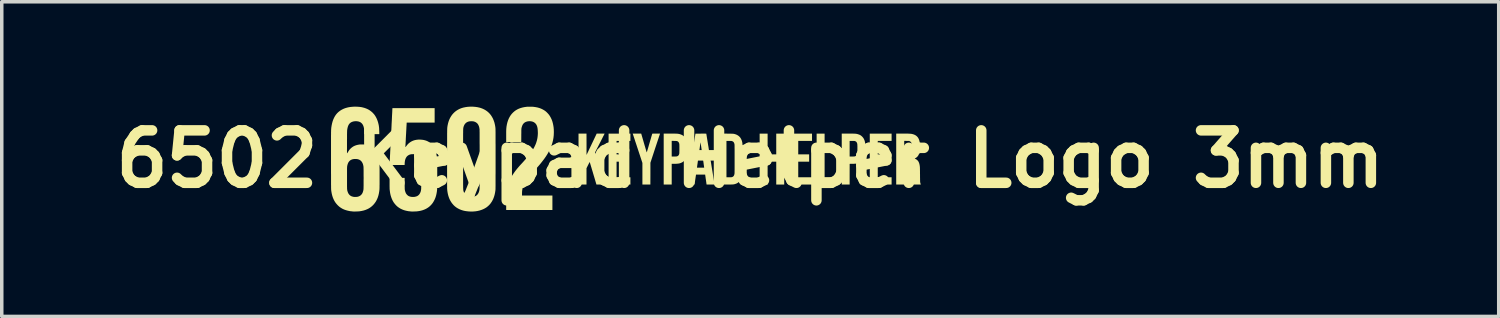
<source format=kicad_pcb>
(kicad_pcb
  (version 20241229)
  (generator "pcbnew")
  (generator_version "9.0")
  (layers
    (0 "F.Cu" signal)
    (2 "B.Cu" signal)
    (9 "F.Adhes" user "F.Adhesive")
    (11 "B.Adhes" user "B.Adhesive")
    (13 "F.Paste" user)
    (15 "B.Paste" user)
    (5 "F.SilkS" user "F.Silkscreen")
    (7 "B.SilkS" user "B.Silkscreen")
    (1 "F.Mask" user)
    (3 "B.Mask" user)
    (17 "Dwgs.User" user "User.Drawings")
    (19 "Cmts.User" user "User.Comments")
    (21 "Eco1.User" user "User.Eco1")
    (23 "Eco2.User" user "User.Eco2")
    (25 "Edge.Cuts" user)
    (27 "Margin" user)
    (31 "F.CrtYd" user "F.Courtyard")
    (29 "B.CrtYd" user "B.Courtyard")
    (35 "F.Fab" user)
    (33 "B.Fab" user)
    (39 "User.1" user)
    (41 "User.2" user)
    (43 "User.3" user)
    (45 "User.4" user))
  (footprint "6502 Keypad Helper Logo 3mm"
    (layer "F.Cu")
    (at 18.407 1.5)
    (property "Reference" "6502 Keypad Helper Logo 3mm" (at 0 0 0) (layer "F.SilkS") (effects (font (size 1.5 1.5) (thickness 0.3))))
    (attr board_only exclude_from_pos_files exclude_from_bom)
    (fp_poly (pts (xy 2.127 -0.104) (xy 2.127 0.52) (xy 2.316 0.52) (xy 2.505 0.52) (xy 2.505 0.624) (xy 2.505 0.728) (xy 2.202 0.728) (xy 1.899 0.728) (xy 1.899 0) (xy 1.899 -0.728) (xy 2.013 -0.728) (xy 2.127 -0.728)) (stroke (width 0) (type solid)) (fill yes) (layer "F.SilkS"))
    (fp_poly (pts (xy -3.427 -0.624) (xy -3.427 -0.52) (xy -3.625 -0.52) (xy -3.823 -0.52) (xy -3.823 -0.327) (xy -3.823 -0.135) (xy -3.665 -0.135) (xy -3.508 -0.135) (xy -3.508 -0.03) (xy -3.508 0.074) (xy -3.665 0.074) (xy -3.823 0.074) (xy -3.823 0.297) (xy -3.823 0.52) (xy -3.625 0.52) (xy -3.427 0.52) (xy -3.427 0.624) (xy -3.427 0.728) (xy -3.739 0.728) (xy -4.051 0.728) (xy -4.051 0) (xy -4.051 -0.728) (xy -3.739 -0.728) (xy -3.427 -0.728)) (stroke (width 0) (type solid)) (fill yes) (layer "F.SilkS"))
    (fp_poly (pts (xy 0.497 -0.431) (xy 0.497 -0.135) (xy 0.621 -0.135) (xy 0.744 -0.135) (xy 0.744 -0.431) (xy 0.744 -0.728) (xy 0.858 -0.728) (xy 0.972 -0.728) (xy 0.972 0) (xy 0.972 0.728) (xy 0.858 0.728) (xy 0.744 0.728) (xy 0.744 0.401) (xy 0.744 0.074) (xy 0.621 0.074) (xy 0.497 0.074) (xy 0.497 0.401) (xy 0.497 0.728) (xy 0.383 0.728) (xy 0.269 0.728) (xy 0.269 0) (xy 0.269 -0.728) (xy 0.383 -0.728) (xy 0.497 -0.728)) (stroke (width 0) (type solid)) (fill yes) (layer "F.SilkS"))
    (fp_poly (pts (xy 1.767 -0.624) (xy 1.767 -0.52) (xy 1.57 -0.52) (xy 1.373 -0.52) (xy 1.373 -0.327) (xy 1.373 -0.135) (xy 1.529 -0.135) (xy 1.685 -0.135) (xy 1.685 -0.03) (xy 1.685 0.074) (xy 1.529 0.074) (xy 1.373 0.074) (xy 1.373 0.297) (xy 1.373 0.52) (xy 1.57 0.52) (xy 1.767 0.52) (xy 1.767 0.624) (xy 1.767 0.728) (xy 1.456 0.728) (xy 1.145 0.728) (xy 1.145 0) (xy 1.145 -0.728) (xy 1.456 -0.728) (xy 1.767 -0.728)) (stroke (width 0) (type solid)) (fill yes) (layer "F.SilkS"))
    (fp_poly (pts (xy 4.043 -0.624) (xy 4.043 -0.52) (xy 3.845 -0.52) (xy 3.647 -0.52) (xy 3.647 -0.327) (xy 3.647 -0.135) (xy 3.805 -0.135) (xy 3.962 -0.135) (xy 3.962 -0.03) (xy 3.962 0.074) (xy 3.805 0.074) (xy 3.647 0.074) (xy 3.647 0.297) (xy 3.647 0.52) (xy 3.845 0.52) (xy 4.043 0.52) (xy 4.043 0.624) (xy 4.043 0.728) (xy 3.731 0.728) (xy 3.419 0.728) (xy 3.419 0) (xy 3.419 -0.728) (xy 3.731 -0.728) (xy 4.043 -0.728)) (stroke (width 0) (type solid)) (fill yes) (layer "F.SilkS"))
    (fp_poly (pts (xy -2.718 -0.312) (xy -2.855 0.105) (xy -2.855 0.417) (xy -2.856 0.728) (xy -2.97 0.728) (xy -3.084 0.728) (xy -3.084 0.419) (xy -3.084 0.11) (xy -3.222 -0.308) (xy -3.237 -0.353) (xy -3.251 -0.396) (xy -3.265 -0.438) (xy -3.278 -0.477) (xy -3.291 -0.515) (xy -3.302 -0.551) (xy -3.313 -0.584) (xy -3.323 -0.614) (xy -3.332 -0.641) (xy -3.34 -0.665) (xy -3.347 -0.686) (xy -3.352 -0.702) (xy -3.357 -0.715) (xy -3.359 -0.723) (xy -3.361 -0.727) (xy -3.361 -0.728) (xy -3.358 -0.728) (xy -3.351 -0.728) (xy -3.34 -0.728) (xy -3.325 -0.728) (xy -3.307 -0.728) (xy -3.287 -0.728) (xy -3.264 -0.728) (xy -3.24 -0.728) (xy -3.239 -0.728) (xy -3.118 -0.728) (xy -3.041 -0.463) (xy -3.031 -0.428) (xy -3.021 -0.393) (xy -3.011 -0.361) (xy -3.002 -0.33) (xy -2.994 -0.302) (xy -2.986 -0.276) (xy -2.98 -0.254) (xy -2.974 -0.234) (xy -2.969 -0.218) (xy -2.965 -0.206) (xy -2.963 -0.198) (xy -2.962 -0.195) (xy -2.962 -0.195) (xy -2.959 -0.193) (xy -2.959 -0.193) (xy -2.958 -0.196) (xy -2.956 -0.203) (xy -2.952 -0.214) (xy -2.948 -0.229) (xy -2.942 -0.248) (xy -2.936 -0.27) (xy -2.928 -0.295) (xy -2.92 -0.323) (xy -2.911 -0.353) (xy -2.902 -0.386) (xy -2.892 -0.42) (xy -2.882 -0.455) (xy -2.881 -0.457) (xy -2.871 -0.492) (xy -2.861 -0.526) (xy -2.851 -0.559) (xy -2.842 -0.589) (xy -2.834 -0.618) (xy -2.827 -0.643) (xy -2.82 -0.666) (xy -2.814 -0.685) (xy -2.81 -0.701) (xy -2.806 -0.713) (xy -2.804 -0.721) (xy -2.803 -0.724) (xy -2.803 -0.724) (xy -2.803 -0.725) (xy -2.801 -0.726) (xy -2.799 -0.727) (xy -2.794 -0.727) (xy -2.788 -0.728) (xy -2.779 -0.728) (xy -2.767 -0.728) (xy -2.752 -0.728) (xy -2.732 -0.728) (xy -2.709 -0.728) (xy -2.691 -0.728) (xy -2.58 -0.728)) (stroke (width 0) (type solid)) (fill yes) (layer "F.SilkS"))
    (fp_poly (pts (xy -4.682 -0.423) (xy -4.682 -0.118) (xy -4.537 -0.423) (xy -4.392 -0.728) (xy -4.279 -0.728) (xy -4.255 -0.728) (xy -4.234 -0.728) (xy -4.214 -0.728) (xy -4.197 -0.728) (xy -4.183 -0.728) (xy -4.173 -0.728) (xy -4.167 -0.728) (xy -4.165 -0.727) (xy -4.166 -0.725) (xy -4.17 -0.718) (xy -4.175 -0.708) (xy -4.182 -0.694) (xy -4.191 -0.676) (xy -4.202 -0.655) (xy -4.214 -0.632) (xy -4.227 -0.605) (xy -4.241 -0.577) (xy -4.257 -0.547) (xy -4.273 -0.514) (xy -4.29 -0.481) (xy -4.301 -0.46) (xy -4.437 -0.194) (xy -4.3 0.263) (xy -4.286 0.31) (xy -4.272 0.355) (xy -4.259 0.399) (xy -4.246 0.442) (xy -4.234 0.482) (xy -4.222 0.52) (xy -4.212 0.555) (xy -4.202 0.588) (xy -4.193 0.618) (xy -4.185 0.645) (xy -4.178 0.668) (xy -4.172 0.688) (xy -4.167 0.703) (xy -4.164 0.715) (xy -4.162 0.722) (xy -4.161 0.724) (xy -4.161 0.725) (xy -4.162 0.726) (xy -4.164 0.727) (xy -4.167 0.727) (xy -4.173 0.728) (xy -4.181 0.728) (xy -4.192 0.728) (xy -4.207 0.728) (xy -4.225 0.728) (xy -4.247 0.728) (xy -4.274 0.728) (xy -4.279 0.728) (xy -4.399 0.728) (xy -4.402 0.716) (xy -4.423 0.647) (xy -4.442 0.581) (xy -4.46 0.521) (xy -4.477 0.465) (xy -4.492 0.413) (xy -4.506 0.366) (xy -4.519 0.323) (xy -4.531 0.284) (xy -4.541 0.248) (xy -4.551 0.217) (xy -4.559 0.189) (xy -4.566 0.165) (xy -4.573 0.144) (xy -4.578 0.126) (xy -4.582 0.112) (xy -4.586 0.101) (xy -4.589 0.092) (xy -4.59 0.087) (xy -4.591 0.084) (xy -4.592 0.083) (xy -4.593 0.085) (xy -4.596 0.091) (xy -4.602 0.1) (xy -4.608 0.113) (xy -4.616 0.128) (xy -4.625 0.146) (xy -4.635 0.165) (xy -4.638 0.171) (xy -4.683 0.262) (xy -4.683 0.495) (xy -4.683 0.728) (xy -4.797 0.728) (xy -4.911 0.728) (xy -4.911 0) (xy -4.911 -0.728) (xy -4.797 -0.728) (xy -4.683 -0.728)) (stroke (width 0) (type solid)) (fill yes) (layer "F.SilkS"))
    (fp_poly (pts (xy 2.84 -0.728) (xy 2.875 -0.728) (xy 2.904 -0.728) (xy 2.93 -0.728) (xy 2.953 -0.728) (xy 2.972 -0.727) (xy 2.989 -0.727) (xy 3.004 -0.726) (xy 3.016 -0.725) (xy 3.028 -0.723) (xy 3.038 -0.722) (xy 3.048 -0.72) (xy 3.057 -0.718) (xy 3.067 -0.716) (xy 3.072 -0.714) (xy 3.11 -0.702) (xy 3.144 -0.687) (xy 3.174 -0.667) (xy 3.201 -0.643) (xy 3.225 -0.616) (xy 3.246 -0.585) (xy 3.262 -0.551) (xy 3.27 -0.53) (xy 3.277 -0.506) (xy 3.283 -0.478) (xy 3.288 -0.447) (xy 3.291 -0.415) (xy 3.292 -0.405) (xy 3.293 -0.38) (xy 3.294 -0.353) (xy 3.294 -0.325) (xy 3.295 -0.295) (xy 3.294 -0.266) (xy 3.294 -0.237) (xy 3.293 -0.209) (xy 3.292 -0.184) (xy 3.29 -0.162) (xy 3.288 -0.144) (xy 3.287 -0.132) (xy 3.278 -0.089) (xy 3.265 -0.051) (xy 3.249 -0.015) (xy 3.229 0.016) (xy 3.206 0.044) (xy 3.18 0.069) (xy 3.151 0.089) (xy 3.118 0.105) (xy 3.082 0.118) (xy 3.068 0.122) (xy 3.056 0.125) (xy 3.043 0.127) (xy 3.031 0.129) (xy 3.017 0.131) (xy 3.002 0.132) (xy 2.984 0.133) (xy 2.963 0.134) (xy 2.937 0.134) (xy 2.929 0.134) (xy 2.844 0.136) (xy 2.843 0.432) (xy 2.843 0.728) (xy 2.73 0.728) (xy 2.617 0.728) (xy 2.617 0) (xy 2.617 -0.297) (xy 2.843 -0.297) (xy 2.843 -0.074) (xy 2.909 -0.074) (xy 2.933 -0.074) (xy 2.953 -0.074) (xy 2.967 -0.075) (xy 2.979 -0.075) (xy 2.986 -0.077) (xy 2.989 -0.077) (xy 3.009 -0.084) (xy 3.026 -0.095) (xy 3.04 -0.108) (xy 3.05 -0.125) (xy 3.058 -0.146) (xy 3.06 -0.156) (xy 3.062 -0.162) (xy 3.062 -0.167) (xy 3.063 -0.174) (xy 3.064 -0.182) (xy 3.064 -0.192) (xy 3.064 -0.205) (xy 3.065 -0.221) (xy 3.065 -0.24) (xy 3.065 -0.263) (xy 3.065 -0.29) (xy 3.065 -0.297) (xy 3.065 -0.326) (xy 3.065 -0.35) (xy 3.065 -0.371) (xy 3.064 -0.387) (xy 3.064 -0.401) (xy 3.063 -0.411) (xy 3.063 -0.42) (xy 3.062 -0.427) (xy 3.061 -0.433) (xy 3.061 -0.437) (xy 3.054 -0.459) (xy 3.045 -0.478) (xy 3.034 -0.493) (xy 3.019 -0.504) (xy 3.015 -0.506) (xy 3.008 -0.51) (xy 3 -0.513) (xy 2.992 -0.516) (xy 2.984 -0.518) (xy 2.973 -0.519) (xy 2.96 -0.52) (xy 2.944 -0.52) (xy 2.924 -0.52) (xy 2.909 -0.52) (xy 2.843 -0.52) (xy 2.843 -0.297) (xy 2.617 -0.297) (xy 2.617 -0.728) (xy 2.802 -0.728)) (stroke (width 0) (type solid)) (fill yes) (layer "F.SilkS"))
    (fp_poly (pts (xy -2.25 -0.728) (xy -2.216 -0.728) (xy -2.187 -0.728) (xy -2.161 -0.728) (xy -2.139 -0.728) (xy -2.12 -0.727) (xy -2.103 -0.727) (xy -2.089 -0.726) (xy -2.077 -0.725) (xy -2.066 -0.724) (xy -2.056 -0.722) (xy -2.046 -0.721) (xy -2.037 -0.719) (xy -2.027 -0.717) (xy -2.02 -0.715) (xy -1.983 -0.703) (xy -1.949 -0.688) (xy -1.918 -0.669) (xy -1.891 -0.646) (xy -1.867 -0.619) (xy -1.847 -0.589) (xy -1.83 -0.555) (xy -1.816 -0.517) (xy -1.806 -0.475) (xy -1.803 -0.458) (xy -1.802 -0.451) (xy -1.801 -0.444) (xy -1.8 -0.436) (xy -1.8 -0.427) (xy -1.799 -0.417) (xy -1.799 -0.403) (xy -1.799 -0.388) (xy -1.798 -0.369) (xy -1.798 -0.346) (xy -1.798 -0.319) (xy -1.798 -0.297) (xy -1.798 -0.267) (xy -1.798 -0.241) (xy -1.799 -0.219) (xy -1.799 -0.201) (xy -1.799 -0.186) (xy -1.799 -0.174) (xy -1.8 -0.164) (xy -1.8 -0.155) (xy -1.801 -0.148) (xy -1.802 -0.141) (xy -1.803 -0.136) (xy -1.812 -0.092) (xy -1.825 -0.053) (xy -1.84 -0.017) (xy -1.86 0.015) (xy -1.882 0.043) (xy -1.908 0.067) (xy -1.937 0.087) (xy -1.957 0.098) (xy -1.977 0.107) (xy -1.997 0.115) (xy -2.017 0.121) (xy -2.038 0.126) (xy -2.062 0.129) (xy -2.088 0.132) (xy -2.117 0.134) (xy -2.15 0.134) (xy -2.175 0.135) (xy -2.246 0.135) (xy -2.246 0.431) (xy -2.246 0.728) (xy -2.361 0.728) (xy -2.475 0.728) (xy -2.475 0) (xy -2.475 -0.297) (xy -2.246 -0.297) (xy -2.246 -0.074) (xy -2.18 -0.074) (xy -2.156 -0.074) (xy -2.137 -0.074) (xy -2.122 -0.075) (xy -2.11 -0.075) (xy -2.103 -0.077) (xy -2.1 -0.077) (xy -2.08 -0.084) (xy -2.064 -0.094) (xy -2.051 -0.107) (xy -2.04 -0.124) (xy -2.032 -0.146) (xy -2.031 -0.148) (xy -2.03 -0.153) (xy -2.03 -0.157) (xy -2.029 -0.163) (xy -2.028 -0.171) (xy -2.028 -0.18) (xy -2.027 -0.193) (xy -2.027 -0.208) (xy -2.027 -0.227) (xy -2.026 -0.25) (xy -2.026 -0.277) (xy -2.026 -0.286) (xy -2.026 -0.317) (xy -2.026 -0.343) (xy -2.026 -0.366) (xy -2.026 -0.384) (xy -2.027 -0.4) (xy -2.027 -0.413) (xy -2.028 -0.424) (xy -2.029 -0.433) (xy -2.031 -0.441) (xy -2.033 -0.449) (xy -2.035 -0.456) (xy -2.036 -0.458) (xy -2.045 -0.478) (xy -2.058 -0.494) (xy -2.074 -0.506) (xy -2.093 -0.515) (xy -2.097 -0.516) (xy -2.104 -0.517) (xy -2.111 -0.518) (xy -2.122 -0.518) (xy -2.135 -0.519) (xy -2.153 -0.519) (xy -2.174 -0.52) (xy -2.176 -0.52) (xy -2.246 -0.521) (xy -2.246 -0.297) (xy -2.475 -0.297) (xy -2.475 -0.728) (xy -2.288 -0.728)) (stroke (width 0) (type solid)) (fill yes) (layer "F.SilkS"))
    (fp_poly (pts (xy -0.702 -0.728) (xy -0.664 -0.728) (xy -0.631 -0.727) (xy -0.601 -0.727) (xy -0.576 -0.727) (xy -0.554 -0.727) (xy -0.535 -0.726) (xy -0.519 -0.726) (xy -0.506 -0.725) (xy -0.494 -0.725) (xy -0.484 -0.724) (xy -0.475 -0.722) (xy -0.467 -0.721) (xy -0.459 -0.72) (xy -0.452 -0.718) (xy -0.444 -0.716) (xy -0.435 -0.713) (xy -0.43 -0.712) (xy -0.394 -0.699) (xy -0.362 -0.682) (xy -0.332 -0.662) (xy -0.305 -0.637) (xy -0.282 -0.61) (xy -0.263 -0.578) (xy -0.247 -0.544) (xy -0.235 -0.506) (xy -0.235 -0.506) (xy -0.233 -0.498) (xy -0.231 -0.49) (xy -0.229 -0.482) (xy -0.228 -0.474) (xy -0.226 -0.466) (xy -0.225 -0.457) (xy -0.224 -0.447) (xy -0.223 -0.437) (xy -0.222 -0.424) (xy -0.221 -0.41) (xy -0.221 -0.395) (xy -0.22 -0.377) (xy -0.22 -0.357) (xy -0.219 -0.334) (xy -0.219 -0.308) (xy -0.219 -0.279) (xy -0.219 -0.246) (xy -0.218 -0.21) (xy -0.218 -0.17) (xy -0.218 -0.126) (xy -0.218 -0.077) (xy -0.218 -0.024) (xy -0.218 0) (xy -0.218 0.055) (xy -0.218 0.106) (xy -0.218 0.152) (xy -0.218 0.194) (xy -0.219 0.232) (xy -0.219 0.266) (xy -0.219 0.296) (xy -0.219 0.323) (xy -0.219 0.347) (xy -0.22 0.369) (xy -0.22 0.388) (xy -0.221 0.404) (xy -0.222 0.419) (xy -0.222 0.432) (xy -0.223 0.443) (xy -0.224 0.453) (xy -0.226 0.462) (xy -0.227 0.471) (xy -0.229 0.479) (xy -0.23 0.486) (xy -0.232 0.494) (xy -0.234 0.502) (xy -0.235 0.506) (xy -0.247 0.544) (xy -0.263 0.578) (xy -0.282 0.609) (xy -0.305 0.637) (xy -0.332 0.662) (xy -0.362 0.682) (xy -0.394 0.699) (xy -0.43 0.712) (xy -0.43 0.712) (xy -0.439 0.714) (xy -0.448 0.717) (xy -0.456 0.719) (xy -0.463 0.72) (xy -0.471 0.722) (xy -0.479 0.723) (xy -0.489 0.724) (xy -0.5 0.725) (xy -0.512 0.726) (xy -0.527 0.726) (xy -0.544 0.727) (xy -0.565 0.727) (xy -0.588 0.727) (xy -0.616 0.727) (xy -0.647 0.727) (xy -0.683 0.728) (xy -0.702 0.728) (xy -0.909 0.729) (xy -0.909 0) (xy -0.68 0) (xy -0.68 0.52) (xy -0.611 0.52) (xy -0.59 0.52) (xy -0.573 0.52) (xy -0.559 0.52) (xy -0.549 0.519) (xy -0.541 0.519) (xy -0.534 0.518) (xy -0.528 0.516) (xy -0.525 0.516) (xy -0.504 0.508) (xy -0.487 0.497) (xy -0.473 0.482) (xy -0.463 0.464) (xy -0.455 0.442) (xy -0.45 0.416) (xy -0.449 0.413) (xy -0.449 0.407) (xy -0.449 0.397) (xy -0.448 0.381) (xy -0.448 0.36) (xy -0.448 0.335) (xy -0.447 0.305) (xy -0.447 0.27) (xy -0.447 0.231) (xy -0.447 0.187) (xy -0.447 0.139) (xy -0.447 0.087) (xy -0.447 0.03) (xy -0.447 0) (xy -0.447 -0.059) (xy -0.447 -0.114) (xy -0.447 -0.164) (xy -0.447 -0.21) (xy -0.447 -0.251) (xy -0.447 -0.288) (xy -0.448 -0.321) (xy -0.448 -0.348) (xy -0.448 -0.371) (xy -0.448 -0.389) (xy -0.449 -0.403) (xy -0.449 -0.411) (xy -0.449 -0.413) (xy -0.454 -0.44) (xy -0.462 -0.462) (xy -0.472 -0.481) (xy -0.486 -0.496) (xy -0.503 -0.507) (xy -0.523 -0.515) (xy -0.525 -0.516) (xy -0.531 -0.517) (xy -0.537 -0.518) (xy -0.544 -0.519) (xy -0.553 -0.52) (xy -0.565 -0.52) (xy -0.58 -0.52) (xy -0.599 -0.52) (xy -0.611 -0.52) (xy -0.68 -0.52) (xy -0.68 0) (xy -0.909 0) (xy -0.909 -0.729)) (stroke (width 0) (type solid)) (fill yes) (layer "F.SilkS"))
    (fp_poly (pts (xy -1.321 -0.728) (xy -1.3 -0.728) (xy -1.283 -0.728) (xy -1.27 -0.727) (xy -1.262 -0.727) (xy -1.257 -0.726) (xy -1.256 -0.726) (xy -1.256 -0.723) (xy -1.255 -0.716) (xy -1.253 -0.704) (xy -1.25 -0.688) (xy -1.247 -0.667) (xy -1.243 -0.643) (xy -1.239 -0.616) (xy -1.234 -0.585) (xy -1.228 -0.55) (xy -1.222 -0.514) (xy -1.216 -0.474) (xy -1.209 -0.432) (xy -1.202 -0.388) (xy -1.194 -0.343) (xy -1.187 -0.295) (xy -1.179 -0.246) (xy -1.171 -0.196) (xy -1.162 -0.145) (xy -1.154 -0.094) (xy -1.146 -0.042) (xy -1.137 0.01) (xy -1.129 0.062) (xy -1.12 0.114) (xy -1.112 0.165) (xy -1.104 0.216) (xy -1.096 0.265) (xy -1.088 0.314) (xy -1.08 0.36) (xy -1.073 0.405) (xy -1.066 0.448) (xy -1.059 0.489) (xy -1.053 0.527) (xy -1.047 0.562) (xy -1.042 0.595) (xy -1.037 0.624) (xy -1.033 0.65) (xy -1.029 0.672) (xy -1.026 0.691) (xy -1.024 0.705) (xy -1.022 0.715) (xy -1.021 0.72) (xy -1.021 0.72) (xy -1.02 0.728) (xy -1.134 0.728) (xy -1.158 0.728) (xy -1.18 0.728) (xy -1.2 0.728) (xy -1.217 0.728) (xy -1.231 0.728) (xy -1.241 0.728) (xy -1.247 0.728) (xy -1.249 0.728) (xy -1.249 0.725) (xy -1.25 0.718) (xy -1.252 0.707) (xy -1.254 0.692) (xy -1.256 0.675) (xy -1.259 0.656) (xy -1.262 0.635) (xy -1.265 0.612) (xy -1.268 0.59) (xy -1.272 0.567) (xy -1.275 0.545) (xy -1.278 0.524) (xy -1.281 0.504) (xy -1.283 0.487) (xy -1.285 0.473) (xy -1.287 0.462) (xy -1.288 0.455) (xy -1.288 0.452) (xy -1.29 0.444) (xy -1.42 0.444) (xy -1.55 0.444) (xy -1.552 0.45) (xy -1.552 0.453) (xy -1.553 0.462) (xy -1.555 0.474) (xy -1.558 0.489) (xy -1.56 0.508) (xy -1.564 0.53) (xy -1.567 0.553) (xy -1.571 0.578) (xy -1.573 0.592) (xy -1.592 0.728) (xy -1.699 0.728) (xy -1.805 0.728) (xy -1.803 0.721) (xy -1.803 0.718) (xy -1.801 0.711) (xy -1.799 0.698) (xy -1.797 0.681) (xy -1.793 0.66) (xy -1.789 0.635) (xy -1.784 0.606) (xy -1.779 0.574) (xy -1.773 0.538) (xy -1.767 0.498) (xy -1.76 0.456) (xy -1.753 0.411) (xy -1.745 0.364) (xy -1.737 0.314) (xy -1.728 0.262) (xy -1.725 0.242) (xy -1.523 0.242) (xy -1.523 0.243) (xy -1.522 0.244) (xy -1.519 0.245) (xy -1.515 0.245) (xy -1.509 0.245) (xy -1.5 0.246) (xy -1.488 0.246) (xy -1.472 0.246) (xy -1.452 0.246) (xy -1.428 0.246) (xy -1.42 0.246) (xy -1.398 0.246) (xy -1.377 0.246) (xy -1.359 0.246) (xy -1.343 0.246) (xy -1.331 0.246) (xy -1.322 0.245) (xy -1.318 0.245) (xy -1.317 0.245) (xy -1.318 0.242) (xy -1.319 0.234) (xy -1.32 0.222) (xy -1.323 0.206) (xy -1.325 0.187) (xy -1.329 0.164) (xy -1.332 0.138) (xy -1.336 0.11) (xy -1.34 0.079) (xy -1.345 0.046) (xy -1.35 0.012) (xy -1.355 -0.023) (xy -1.36 -0.059) (xy -1.365 -0.096) (xy -1.371 -0.132) (xy -1.376 -0.169) (xy -1.381 -0.205) (xy -1.386 -0.241) (xy -1.391 -0.275) (xy -1.396 -0.307) (xy -1.4 -0.338) (xy -1.404 -0.366) (xy -1.408 -0.392) (xy -1.411 -0.415) (xy -1.414 -0.435) (xy -1.417 -0.451) (xy -1.418 -0.463) (xy -1.42 -0.471) (xy -1.42 -0.474) (xy -1.42 -0.474) (xy -1.423 -0.474) (xy -1.423 -0.474) (xy -1.423 -0.471) (xy -1.424 -0.464) (xy -1.426 -0.453) (xy -1.428 -0.437) (xy -1.431 -0.418) (xy -1.434 -0.395) (xy -1.438 -0.37) (xy -1.442 -0.341) (xy -1.446 -0.311) (xy -1.451 -0.279) (xy -1.456 -0.245) (xy -1.461 -0.21) (xy -1.466 -0.174) (xy -1.471 -0.137) (xy -1.476 -0.1) (xy -1.481 -0.064) (xy -1.486 -0.028) (xy -1.491 0.008) (xy -1.496 0.042) (xy -1.5 0.074) (xy -1.504 0.105) (xy -1.508 0.134) (xy -1.512 0.159) (xy -1.515 0.182) (xy -1.518 0.202) (xy -1.52 0.218) (xy -1.522 0.231) (xy -1.523 0.238) (xy -1.523 0.242) (xy -1.725 0.242) (xy -1.719 0.208) (xy -1.71 0.152) (xy -1.701 0.094) (xy -1.691 0.035) (xy -1.685 -0.006) (xy -1.567 -0.727) (xy -1.412 -0.728) (xy -1.377 -0.728) (xy -1.346 -0.728)) (stroke (width 0) (type solid)) (fill yes) (layer "F.SilkS"))
    (fp_poly (pts (xy 4.364 -0.728) (xy 4.404 -0.728) (xy 4.439 -0.728) (xy 4.47 -0.728) (xy 4.497 -0.728) (xy 4.52 -0.728) (xy 4.541 -0.727) (xy 4.558 -0.726) (xy 4.574 -0.725) (xy 4.587 -0.724) (xy 4.599 -0.723) (xy 4.61 -0.721) (xy 4.621 -0.72) (xy 4.631 -0.717) (xy 4.641 -0.715) (xy 4.65 -0.713) (xy 4.684 -0.702) (xy 4.714 -0.688) (xy 4.741 -0.672) (xy 4.765 -0.652) (xy 4.776 -0.641) (xy 4.797 -0.616) (xy 4.814 -0.587) (xy 4.828 -0.555) (xy 4.839 -0.519) (xy 4.847 -0.48) (xy 4.848 -0.467) (xy 4.85 -0.451) (xy 4.851 -0.431) (xy 4.852 -0.409) (xy 4.852 -0.385) (xy 4.853 -0.36) (xy 4.853 -0.335) (xy 4.853 -0.312) (xy 4.852 -0.29) (xy 4.851 -0.271) (xy 4.851 -0.262) (xy 4.846 -0.219) (xy 4.838 -0.179) (xy 4.826 -0.144) (xy 4.811 -0.112) (xy 4.793 -0.085) (xy 4.772 -0.061) (xy 4.747 -0.041) (xy 4.722 -0.026) (xy 4.713 -0.021) (xy 4.707 -0.017) (xy 4.704 -0.015) (xy 4.703 -0.014) (xy 4.705 -0.012) (xy 4.709 -0.011) (xy 4.714 -0.009) (xy 4.722 -0.006) (xy 4.731 -0.001) (xy 4.738 0.002) (xy 4.759 0.015) (xy 4.779 0.032) (xy 4.797 0.051) (xy 4.811 0.072) (xy 4.814 0.077) (xy 4.825 0.101) (xy 4.834 0.126) (xy 4.841 0.154) (xy 4.847 0.185) (xy 4.849 0.203) (xy 4.85 0.21) (xy 4.851 0.217) (xy 4.852 0.226) (xy 4.852 0.237) (xy 4.853 0.25) (xy 4.853 0.265) (xy 4.854 0.283) (xy 4.854 0.304) (xy 4.854 0.329) (xy 4.855 0.357) (xy 4.855 0.39) (xy 4.855 0.427) (xy 4.856 0.443) (xy 4.856 0.48) (xy 4.856 0.513) (xy 4.857 0.542) (xy 4.857 0.566) (xy 4.857 0.587) (xy 4.858 0.605) (xy 4.858 0.62) (xy 4.858 0.632) (xy 4.859 0.642) (xy 4.859 0.65) (xy 4.86 0.656) (xy 4.86 0.662) (xy 4.861 0.667) (xy 4.862 0.671) (xy 4.863 0.674) (xy 4.866 0.686) (xy 4.869 0.698) (xy 4.872 0.709) (xy 4.873 0.711) (xy 4.876 0.719) (xy 4.878 0.724) (xy 4.878 0.727) (xy 4.876 0.727) (xy 4.869 0.727) (xy 4.858 0.728) (xy 4.843 0.728) (xy 4.826 0.728) (xy 4.805 0.728) (xy 4.783 0.728) (xy 4.763 0.728) (xy 4.648 0.728) (xy 4.643 0.713) (xy 4.64 0.705) (xy 4.638 0.698) (xy 4.637 0.692) (xy 4.635 0.685) (xy 4.634 0.678) (xy 4.632 0.67) (xy 4.631 0.661) (xy 4.631 0.651) (xy 4.63 0.638) (xy 4.629 0.623) (xy 4.629 0.605) (xy 4.629 0.585) (xy 4.628 0.561) (xy 4.628 0.533) (xy 4.628 0.501) (xy 4.627 0.464) (xy 4.627 0.443) (xy 4.627 0.405) (xy 4.626 0.369) (xy 4.626 0.336) (xy 4.625 0.307) (xy 4.625 0.281) (xy 4.624 0.26) (xy 4.624 0.242) (xy 4.623 0.228) (xy 4.623 0.22) (xy 4.622 0.216) (xy 4.616 0.189) (xy 4.607 0.167) (xy 4.597 0.148) (xy 4.584 0.134) (xy 4.569 0.123) (xy 4.565 0.121) (xy 4.556 0.116) (xy 4.548 0.113) (xy 4.539 0.11) (xy 4.529 0.108) (xy 4.518 0.107) (xy 4.504 0.106) (xy 4.486 0.105) (xy 4.464 0.105) (xy 4.464 0.105) (xy 4.404 0.104) (xy 4.404 0.416) (xy 4.404 0.728) (xy 4.29 0.728) (xy 4.175 0.728) (xy 4.175 0) (xy 4.175 -0.312) (xy 4.404 -0.312) (xy 4.404 -0.104) (xy 4.464 -0.105) (xy 4.487 -0.105) (xy 4.505 -0.106) (xy 4.519 -0.107) (xy 4.529 -0.108) (xy 4.537 -0.11) (xy 4.537 -0.11) (xy 4.56 -0.119) (xy 4.579 -0.131) (xy 4.595 -0.146) (xy 4.607 -0.165) (xy 4.616 -0.188) (xy 4.619 -0.197) (xy 4.62 -0.202) (xy 4.621 -0.208) (xy 4.622 -0.215) (xy 4.622 -0.224) (xy 4.623 -0.235) (xy 4.623 -0.249) (xy 4.623 -0.266) (xy 4.623 -0.287) (xy 4.623 -0.312) (xy 4.623 -0.341) (xy 4.623 -0.366) (xy 4.623 -0.386) (xy 4.622 -0.402) (xy 4.622 -0.415) (xy 4.621 -0.423) (xy 4.62 -0.427) (xy 4.614 -0.452) (xy 4.605 -0.472) (xy 4.593 -0.489) (xy 4.577 -0.502) (xy 4.562 -0.511) (xy 4.545 -0.519) (xy 4.474 -0.52) (xy 4.404 -0.521) (xy 4.404 -0.312) (xy 4.175 -0.312) (xy 4.175 -0.728)) (stroke (width 0) (type solid)) (fill yes) (layer "F.SilkS"))
    (fp_poly (pts (xy -6.273 -1.498) (xy -6.251 -1.498) (xy -6.23 -1.497) (xy -6.213 -1.496) (xy -6.201 -1.495) (xy -6.141 -1.487) (xy -6.085 -1.476) (xy -6.032 -1.461) (xy -5.983 -1.443) (xy -5.937 -1.421) (xy -5.893 -1.396) (xy -5.853 -1.368) (xy -5.847 -1.362) (xy -5.837 -1.354) (xy -5.826 -1.344) (xy -5.814 -1.332) (xy -5.802 -1.32) (xy -5.799 -1.317) (xy -5.764 -1.278) (xy -5.733 -1.235) (xy -5.706 -1.188) (xy -5.682 -1.138) (xy -5.662 -1.085) (xy -5.646 -1.028) (xy -5.633 -0.967) (xy -5.623 -0.903) (xy -5.62 -0.863) (xy -5.618 -0.841) (xy -5.618 -0.816) (xy -5.617 -0.789) (xy -5.617 -0.761) (xy -5.618 -0.733) (xy -5.619 -0.706) (xy -5.62 -0.683) (xy -5.621 -0.669) (xy -5.628 -0.607) (xy -5.639 -0.546) (xy -5.653 -0.486) (xy -5.67 -0.427) (xy -5.69 -0.368) (xy -5.714 -0.31) (xy -5.741 -0.251) (xy -5.773 -0.192) (xy -5.808 -0.132) (xy -5.847 -0.071) (xy -5.891 -0.008) (xy -5.939 0.055) (xy -5.991 0.121) (xy -6.011 0.145) (xy -6.03 0.168) (xy -6.05 0.191) (xy -6.069 0.213) (xy -6.089 0.236) (xy -6.111 0.26) (xy -6.135 0.286) (xy -6.161 0.315) (xy -6.175 0.33) (xy -6.218 0.377) (xy -6.257 0.42) (xy -6.292 0.461) (xy -6.325 0.499) (xy -6.353 0.535) (xy -6.379 0.569) (xy -6.403 0.601) (xy -6.423 0.632) (xy -6.442 0.662) (xy -6.458 0.692) (xy -6.472 0.72) (xy -6.484 0.748) (xy -6.494 0.777) (xy -6.503 0.805) (xy -6.509 0.826) (xy -6.515 0.854) (xy -6.52 0.881) (xy -6.524 0.909) (xy -6.526 0.939) (xy -6.527 0.973) (xy -6.527 0.982) (xy -6.527 1.042) (xy -6.092 1.043) (xy -5.658 1.043) (xy -5.658 1.25) (xy -5.658 1.457) (xy -6.319 1.457) (xy -6.98 1.457) (xy -6.98 1.263) (xy -6.98 1.231) (xy -6.98 1.199) (xy -6.98 1.169) (xy -6.98 1.14) (xy -6.979 1.114) (xy -6.979 1.09) (xy -6.979 1.069) (xy -6.978 1.051) (xy -6.978 1.038) (xy -6.978 1.03) (xy -6.971 0.956) (xy -6.962 0.887) (xy -6.949 0.82) (xy -6.934 0.756) (xy -6.915 0.694) (xy -6.892 0.634) (xy -6.865 0.575) (xy -6.835 0.516) (xy -6.8 0.457) (xy -6.76 0.398) (xy -6.728 0.353) (xy -6.708 0.326) (xy -6.687 0.3) (xy -6.666 0.274) (xy -6.644 0.248) (xy -6.62 0.22) (xy -6.595 0.191) (xy -6.566 0.159) (xy -6.534 0.125) (xy -6.527 0.117) (xy -6.477 0.062) (xy -6.43 0.009) (xy -6.387 -0.041) (xy -6.348 -0.088) (xy -6.312 -0.134) (xy -6.28 -0.177) (xy -6.25 -0.219) (xy -6.223 -0.26) (xy -6.199 -0.3) (xy -6.178 -0.338) (xy -6.159 -0.377) (xy -6.142 -0.414) (xy -6.127 -0.452) (xy -6.116 -0.484) (xy -6.101 -0.534) (xy -6.09 -0.583) (xy -6.082 -0.632) (xy -6.077 -0.682) (xy -6.074 -0.733) (xy -6.075 -0.777) (xy -6.077 -0.82) (xy -6.08 -0.859) (xy -6.085 -0.893) (xy -6.092 -0.924) (xy -6.101 -0.951) (xy -6.112 -0.975) (xy -6.125 -0.997) (xy -6.14 -1.016) (xy -6.143 -1.019) (xy -6.165 -1.039) (xy -6.189 -1.055) (xy -6.216 -1.068) (xy -6.247 -1.077) (xy -6.28 -1.082) (xy -6.295 -1.083) (xy -6.331 -1.083) (xy -6.366 -1.079) (xy -6.397 -1.071) (xy -6.426 -1.06) (xy -6.452 -1.045) (xy -6.464 -1.036) (xy -6.484 -1.017) (xy -6.501 -0.995) (xy -6.515 -0.97) (xy -6.527 -0.94) (xy -6.537 -0.907) (xy -6.542 -0.888) (xy -6.543 -0.883) (xy -6.543 -0.877) (xy -6.544 -0.872) (xy -6.545 -0.866) (xy -6.545 -0.858) (xy -6.546 -0.849) (xy -6.546 -0.838) (xy -6.547 -0.825) (xy -6.547 -0.809) (xy -6.547 -0.789) (xy -6.547 -0.767) (xy -6.547 -0.74) (xy -6.548 -0.709) (xy -6.548 -0.673) (xy -6.548 -0.673) (xy -6.549 -0.485) (xy -6.765 -0.485) (xy -6.98 -0.485) (xy -6.98 -0.657) (xy -6.98 -0.695) (xy -6.98 -0.729) (xy -6.98 -0.758) (xy -6.98 -0.784) (xy -6.979 -0.807) (xy -6.979 -0.827) (xy -6.978 -0.845) (xy -6.977 -0.861) (xy -6.976 -0.876) (xy -6.975 -0.89) (xy -6.973 -0.904) (xy -6.972 -0.918) (xy -6.97 -0.933) (xy -6.959 -0.994) (xy -6.945 -1.052) (xy -6.927 -1.107) (xy -6.906 -1.159) (xy -6.881 -1.207) (xy -6.852 -1.253) (xy -6.82 -1.294) (xy -6.784 -1.332) (xy -6.745 -1.366) (xy -6.706 -1.395) (xy -6.663 -1.42) (xy -6.617 -1.442) (xy -6.568 -1.46) (xy -6.515 -1.475) (xy -6.458 -1.487) (xy -6.398 -1.495) (xy -6.396 -1.495) (xy -6.383 -1.497) (xy -6.365 -1.497) (xy -6.344 -1.498) (xy -6.321 -1.498) (xy -6.297 -1.498)) (stroke (width 0) (type solid)) (fill yes) (layer "F.SilkS"))
    (fp_poly (pts (xy -9.026 -1.25) (xy -9.026 -1.043) (xy -9.425 -1.043) (xy -9.825 -1.043) (xy -9.827 -1.022) (xy -9.827 -1.017) (xy -9.828 -1.007) (xy -9.828 -0.993) (xy -9.829 -0.974) (xy -9.831 -0.952) (xy -9.832 -0.927) (xy -9.834 -0.898) (xy -9.835 -0.867) (xy -9.837 -0.833) (xy -9.839 -0.798) (xy -9.841 -0.76) (xy -9.843 -0.721) (xy -9.845 -0.693) (xy -9.847 -0.653) (xy -9.849 -0.615) (xy -9.851 -0.578) (xy -9.852 -0.543) (xy -9.854 -0.51) (xy -9.856 -0.48) (xy -9.857 -0.452) (xy -9.859 -0.428) (xy -9.86 -0.407) (xy -9.861 -0.39) (xy -9.862 -0.377) (xy -9.862 -0.368) (xy -9.862 -0.365) (xy -9.863 -0.355) (xy -9.863 -0.349) (xy -9.862 -0.346) (xy -9.86 -0.345) (xy -9.859 -0.345) (xy -9.855 -0.348) (xy -9.85 -0.354) (xy -9.842 -0.364) (xy -9.841 -0.366) (xy -9.812 -0.404) (xy -9.781 -0.438) (xy -9.747 -0.467) (xy -9.71 -0.493) (xy -9.67 -0.515) (xy -9.628 -0.532) (xy -9.583 -0.545) (xy -9.535 -0.553) (xy -9.486 -0.558) (xy -9.436 -0.557) (xy -9.384 -0.553) (xy -9.336 -0.546) (xy -9.291 -0.534) (xy -9.248 -0.519) (xy -9.209 -0.5) (xy -9.179 -0.481) (xy -9.144 -0.455) (xy -9.112 -0.425) (xy -9.083 -0.39) (xy -9.056 -0.352) (xy -9.033 -0.309) (xy -9.012 -0.263) (xy -8.994 -0.213) (xy -8.98 -0.159) (xy -8.968 -0.102) (xy -8.965 -0.082) (xy -8.963 -0.071) (xy -8.962 -0.06) (xy -8.961 -0.05) (xy -8.959 -0.04) (xy -8.958 -0.03) (xy -8.957 -0.02) (xy -8.956 -0.008) (xy -8.956 0.004) (xy -8.955 0.018) (xy -8.955 0.033) (xy -8.954 0.051) (xy -8.954 0.07) (xy -8.953 0.092) (xy -8.953 0.116) (xy -8.953 0.143) (xy -8.953 0.174) (xy -8.953 0.208) (xy -8.952 0.246) (xy -8.952 0.287) (xy -8.952 0.333) (xy -8.952 0.384) (xy -8.952 0.434) (xy -8.952 0.492) (xy -8.952 0.547) (xy -8.952 0.597) (xy -8.953 0.643) (xy -8.953 0.686) (xy -8.953 0.724) (xy -8.953 0.758) (xy -8.953 0.788) (xy -8.954 0.813) (xy -8.954 0.833) (xy -8.954 0.848) (xy -8.955 0.859) (xy -8.955 0.863) (xy -8.962 0.929) (xy -8.973 0.992) (xy -8.987 1.051) (xy -9.005 1.107) (xy -9.027 1.159) (xy -9.052 1.207) (xy -9.08 1.253) (xy -9.112 1.294) (xy -9.148 1.332) (xy -9.187 1.367) (xy -9.227 1.395) (xy -9.269 1.42) (xy -9.316 1.442) (xy -9.366 1.461) (xy -9.419 1.476) (xy -9.475 1.487) (xy -9.532 1.495) (xy -9.542 1.496) (xy -9.556 1.497) (xy -9.572 1.497) (xy -9.591 1.498) (xy -9.61 1.498) (xy -9.629 1.499) (xy -9.647 1.499) (xy -9.663 1.499) (xy -9.677 1.499) (xy -9.686 1.499) (xy -9.688 1.499) (xy -9.712 1.497) (xy -9.73 1.495) (xy -9.746 1.493) (xy -9.759 1.492) (xy -9.77 1.491) (xy -9.781 1.489) (xy -9.791 1.487) (xy -9.794 1.487) (xy -9.851 1.475) (xy -9.905 1.46) (xy -9.956 1.44) (xy -10.004 1.417) (xy -10.049 1.389) (xy -10.086 1.362) (xy -10.095 1.354) (xy -10.106 1.344) (xy -10.119 1.332) (xy -10.131 1.32) (xy -10.134 1.317) (xy -10.168 1.278) (xy -10.199 1.236) (xy -10.226 1.19) (xy -10.249 1.141) (xy -10.269 1.088) (xy -10.286 1.032) (xy -10.299 0.972) (xy -10.308 0.908) (xy -10.313 0.862) (xy -10.313 0.853) (xy -10.314 0.84) (xy -10.314 0.823) (xy -10.314 0.803) (xy -10.315 0.779) (xy -10.315 0.754) (xy -10.315 0.727) (xy -10.315 0.7) (xy -10.315 0.684) (xy -10.315 0.538) (xy -10.1 0.538) (xy -9.884 0.538) (xy -9.883 0.7) (xy -9.883 0.733) (xy -9.883 0.762) (xy -9.883 0.787) (xy -9.882 0.808) (xy -9.882 0.825) (xy -9.882 0.839) (xy -9.881 0.851) (xy -9.881 0.861) (xy -9.88 0.869) (xy -9.879 0.876) (xy -9.879 0.881) (xy -9.878 0.886) (xy -9.873 0.908) (xy -9.866 0.931) (xy -9.858 0.953) (xy -9.85 0.973) (xy -9.845 0.982) (xy -9.836 0.996) (xy -9.825 1.01) (xy -9.811 1.025) (xy -9.797 1.038) (xy -9.784 1.049) (xy -9.777 1.053) (xy -9.752 1.065) (xy -9.724 1.074) (xy -9.694 1.08) (xy -9.662 1.083) (xy -9.629 1.083) (xy -9.597 1.08) (xy -9.567 1.073) (xy -9.556 1.07) (xy -9.527 1.059) (xy -9.501 1.043) (xy -9.478 1.023) (xy -9.459 1) (xy -9.443 0.972) (xy -9.429 0.941) (xy -9.419 0.906) (xy -9.413 0.867) (xy -9.412 0.86) (xy -9.412 0.854) (xy -9.411 0.843) (xy -9.411 0.828) (xy -9.411 0.809) (xy -9.41 0.787) (xy -9.41 0.761) (xy -9.41 0.732) (xy -9.41 0.701) (xy -9.41 0.667) (xy -9.409 0.632) (xy -9.409 0.595) (xy -9.409 0.557) (xy -9.409 0.518) (xy -9.409 0.479) (xy -9.409 0.44) (xy -9.409 0.401) (xy -9.409 0.362) (xy -9.409 0.325) (xy -9.409 0.289) (xy -9.41 0.255) (xy -9.41 0.223) (xy -9.41 0.193) (xy -9.41 0.167) (xy -9.41 0.143) (xy -9.411 0.123) (xy -9.411 0.107) (xy -9.411 0.095) (xy -9.412 0.088) (xy -9.412 0.087) (xy -9.418 0.047) (xy -9.427 0.01) (xy -9.439 -0.022) (xy -9.454 -0.05) (xy -9.473 -0.075) (xy -9.495 -0.096) (xy -9.52 -0.112) (xy -9.548 -0.126) (xy -9.58 -0.135) (xy -9.584 -0.136) (xy -9.602 -0.139) (xy -9.623 -0.141) (xy -9.645 -0.141) (xy -9.668 -0.14) (xy -9.69 -0.139) (xy -9.709 -0.136) (xy -9.714 -0.135) (xy -9.745 -0.126) (xy -9.773 -0.112) (xy -9.798 -0.095) (xy -9.82 -0.075) (xy -9.838 -0.05) (xy -9.854 -0.021) (xy -9.866 0.011) (xy -9.875 0.048) (xy -9.881 0.088) (xy -9.883 0.126) (xy -9.885 0.17) (xy -10.1 0.17) (xy -10.315 0.17) (xy -10.315 0.161) (xy -10.315 0.157) (xy -10.315 0.149) (xy -10.314 0.136) (xy -10.313 0.119) (xy -10.312 0.097) (xy -10.311 0.072) (xy -10.31 0.042) (xy -10.308 0.009) (xy -10.306 -0.028) (xy -10.304 -0.068) (xy -10.302 -0.111) (xy -10.299 -0.158) (xy -10.297 -0.207) (xy -10.294 -0.258) (xy -10.292 -0.312) (xy -10.289 -0.368) (xy -10.286 -0.426) (xy -10.283 -0.485) (xy -10.28 -0.546) (xy -10.276 -0.609) (xy -10.275 -0.643) (xy -10.271 -0.707) (xy -10.268 -0.769) (xy -10.265 -0.829) (xy -10.262 -0.888) (xy -10.259 -0.945) (xy -10.257 -1) (xy -10.254 -1.053) (xy -10.251 -1.103) (xy -10.249 -1.151) (xy -10.247 -1.196) (xy -10.245 -1.237) (xy -10.243 -1.276) (xy -10.241 -1.311) (xy -10.239 -1.343) (xy -10.238 -1.371) (xy -10.237 -1.395) (xy -10.236 -1.414) (xy -10.235 -1.43) (xy -10.234 -1.44) (xy -10.234 -1.446) (xy -10.234 -1.447) (xy -10.234 -1.457) (xy -9.63 -1.457) (xy -9.026 -1.457)) (stroke (width 0) (type solid)) (fill yes) (layer "F.SilkS"))
    (fp_poly (pts (xy -7.918 -1.498) (xy -7.86 -1.493) (xy -7.803 -1.485) (xy -7.749 -1.473) (xy -7.709 -1.462) (xy -7.656 -1.442) (xy -7.607 -1.419) (xy -7.561 -1.392) (xy -7.518 -1.361) (xy -7.479 -1.327) (xy -7.443 -1.289) (xy -7.411 -1.247) (xy -7.382 -1.201) (xy -7.356 -1.152) (xy -7.335 -1.099) (xy -7.316 -1.043) (xy -7.313 -1.029) (xy -7.306 -1) (xy -7.299 -0.968) (xy -7.293 -0.933) (xy -7.288 -0.897) (xy -7.288 -0.893) (xy -7.288 -0.89) (xy -7.287 -0.886) (xy -7.287 -0.881) (xy -7.287 -0.876) (xy -7.286 -0.871) (xy -7.286 -0.864) (xy -7.286 -0.857) (xy -7.285 -0.848) (xy -7.285 -0.838) (xy -7.285 -0.826) (xy -7.285 -0.813) (xy -7.285 -0.797) (xy -7.284 -0.78) (xy -7.284 -0.761) (xy -7.284 -0.739) (xy -7.284 -0.714) (xy -7.284 -0.687) (xy -7.284 -0.657) (xy -7.284 -0.624) (xy -7.284 -0.587) (xy -7.284 -0.548) (xy -7.284 -0.504) (xy -7.284 -0.457) (xy -7.283 -0.406) (xy -7.283 -0.351) (xy -7.283 -0.292) (xy -7.283 -0.229) (xy -7.283 -0.161) (xy -7.283 -0.088) (xy -7.283 -0.01) (xy -7.283 0) (xy -7.283 0.078) (xy -7.283 0.152) (xy -7.283 0.22) (xy -7.283 0.285) (xy -7.283 0.344) (xy -7.283 0.4) (xy -7.284 0.451) (xy -7.284 0.499) (xy -7.284 0.542) (xy -7.284 0.583) (xy -7.284 0.619) (xy -7.284 0.653) (xy -7.284 0.683) (xy -7.284 0.711) (xy -7.284 0.736) (xy -7.284 0.758) (xy -7.284 0.778) (xy -7.285 0.795) (xy -7.285 0.811) (xy -7.285 0.825) (xy -7.285 0.836) (xy -7.285 0.847) (xy -7.286 0.856) (xy -7.286 0.863) (xy -7.286 0.87) (xy -7.286 0.876) (xy -7.287 0.881) (xy -7.287 0.885) (xy -7.288 0.889) (xy -7.288 0.893) (xy -7.288 0.893) (xy -7.297 0.955) (xy -7.309 1.013) (xy -7.324 1.067) (xy -7.342 1.118) (xy -7.363 1.165) (xy -7.387 1.21) (xy -7.415 1.252) (xy -7.435 1.279) (xy -7.47 1.318) (xy -7.507 1.352) (xy -7.548 1.384) (xy -7.593 1.411) (xy -7.641 1.435) (xy -7.692 1.455) (xy -7.746 1.472) (xy -7.803 1.485) (xy -7.862 1.494) (xy -7.925 1.499) (xy -7.99 1.5) (xy -8.035 1.498) (xy -8.05 1.497) (xy -8.068 1.496) (xy -8.089 1.493) (xy -8.109 1.491) (xy -8.129 1.488) (xy -8.145 1.486) (xy -8.153 1.485) (xy -8.21 1.472) (xy -8.265 1.455) (xy -8.316 1.434) (xy -8.363 1.41) (xy -8.408 1.382) (xy -8.449 1.35) (xy -8.487 1.314) (xy -8.521 1.274) (xy -8.551 1.233) (xy -8.579 1.187) (xy -8.603 1.138) (xy -8.623 1.086) (xy -8.64 1.031) (xy -8.653 0.973) (xy -8.663 0.911) (xy -8.668 0.858) (xy -8.668 0.852) (xy -8.669 0.843) (xy -8.669 0.83) (xy -8.669 0.814) (xy -8.669 0.794) (xy -8.669 0.77) (xy -8.67 0.742) (xy -8.67 0.71) (xy -8.67 0.674) (xy -8.67 0.634) (xy -8.67 0.59) (xy -8.67 0.541) (xy -8.67 0.488) (xy -8.67 0.43) (xy -8.67 0.368) (xy -8.67 0.301) (xy -8.67 0.23) (xy -8.67 0.153) (xy -8.67 0.072) (xy -8.67 -0.014) (xy -8.67 -0.024) (xy -8.67 -0.103) (xy -8.67 -0.176) (xy -8.67 -0.186) (xy -8.212 -0.186) (xy -8.212 -0.114) (xy -8.212 -0.038) (xy -8.212 0) (xy -8.212 0.079) (xy -8.212 0.153) (xy -8.212 0.222) (xy -8.212 0.286) (xy -8.212 0.346) (xy -8.212 0.402) (xy -8.212 0.454) (xy -8.212 0.502) (xy -8.212 0.546) (xy -8.212 0.587) (xy -8.212 0.624) (xy -8.212 0.658) (xy -8.212 0.689) (xy -8.212 0.717) (xy -8.212 0.742) (xy -8.211 0.764) (xy -8.211 0.784) (xy -8.211 0.802) (xy -8.211 0.818) (xy -8.21 0.832) (xy -8.21 0.844) (xy -8.209 0.854) (xy -8.209 0.864) (xy -8.208 0.871) (xy -8.208 0.878) (xy -8.207 0.884) (xy -8.207 0.889) (xy -8.206 0.893) (xy -8.205 0.897) (xy -8.204 0.901) (xy -8.203 0.905) (xy -8.202 0.908) (xy -8.201 0.912) (xy -8.201 0.914) (xy -8.19 0.948) (xy -8.176 0.978) (xy -8.159 1.005) (xy -8.138 1.028) (xy -8.115 1.047) (xy -8.088 1.062) (xy -8.059 1.073) (xy -8.056 1.074) (xy -8.032 1.079) (xy -8.005 1.082) (xy -7.976 1.083) (xy -7.947 1.082) (xy -7.921 1.079) (xy -7.908 1.076) (xy -7.887 1.07) (xy -7.865 1.061) (xy -7.845 1.05) (xy -7.827 1.039) (xy -7.823 1.035) (xy -7.801 1.014) (xy -7.783 0.989) (xy -7.768 0.96) (xy -7.756 0.927) (xy -7.747 0.891) (xy -7.742 0.851) (xy -7.741 0.846) (xy -7.741 0.836) (xy -7.741 0.822) (xy -7.741 0.803) (xy -7.741 0.781) (xy -7.74 0.754) (xy -7.74 0.724) (xy -7.74 0.69) (xy -7.74 0.653) (xy -7.74 0.613) (xy -7.74 0.57) (xy -7.74 0.525) (xy -7.74 0.478) (xy -7.739 0.428) (xy -7.739 0.377) (xy -7.739 0.324) (xy -7.739 0.27) (xy -7.739 0.214) (xy -7.739 0.158) (xy -7.739 0.101) (xy -7.739 0.044) (xy -7.739 -0.013) (xy -7.739 -0.071) (xy -7.739 -0.128) (xy -7.739 -0.185) (xy -7.739 -0.241) (xy -7.739 -0.295) (xy -7.739 -0.349) (xy -7.739 -0.401) (xy -7.74 -0.452) (xy -7.74 -0.5) (xy -7.74 -0.547) (xy -7.74 -0.591) (xy -7.74 -0.632) (xy -7.74 -0.671) (xy -7.74 -0.706) (xy -7.74 -0.738) (xy -7.74 -0.767) (xy -7.741 -0.792) (xy -7.741 -0.813) (xy -7.741 -0.829) (xy -7.741 -0.841) (xy -7.741 -0.849) (xy -7.742 -0.851) (xy -7.747 -0.889) (xy -7.755 -0.925) (xy -7.767 -0.957) (xy -7.781 -0.985) (xy -7.796 -1.008) (xy -7.815 -1.028) (xy -7.838 -1.046) (xy -7.864 -1.061) (xy -7.892 -1.072) (xy -7.909 -1.077) (xy -7.927 -1.08) (xy -7.948 -1.082) (xy -7.971 -1.083) (xy -7.994 -1.082) (xy -8.015 -1.081) (xy -8.034 -1.079) (xy -8.039 -1.078) (xy -8.071 -1.069) (xy -8.1 -1.056) (xy -8.126 -1.039) (xy -8.148 -1.018) (xy -8.168 -0.993) (xy -8.183 -0.965) (xy -8.196 -0.933) (xy -8.201 -0.914) (xy -8.202 -0.91) (xy -8.203 -0.906) (xy -8.204 -0.903) (xy -8.205 -0.899) (xy -8.206 -0.895) (xy -8.206 -0.891) (xy -8.207 -0.886) (xy -8.208 -0.881) (xy -8.208 -0.875) (xy -8.209 -0.867) (xy -8.209 -0.859) (xy -8.21 -0.849) (xy -8.21 -0.838) (xy -8.21 -0.825) (xy -8.211 -0.81) (xy -8.211 -0.793) (xy -8.211 -0.774) (xy -8.211 -0.753) (xy -8.212 -0.729) (xy -8.212 -0.702) (xy -8.212 -0.673) (xy -8.212 -0.64) (xy -8.212 -0.605) (xy -8.212 -0.566) (xy -8.212 -0.523) (xy -8.212 -0.477) (xy -8.212 -0.427) (xy -8.212 -0.373) (xy -8.212 -0.315) (xy -8.212 -0.253) (xy -8.212 -0.186) (xy -8.67 -0.186) (xy -8.67 -0.245) (xy -8.67 -0.309) (xy -8.67 -0.369) (xy -8.67 -0.424) (xy -8.669 -0.476) (xy -8.669 -0.524) (xy -8.669 -0.568) (xy -8.669 -0.608) (xy -8.669 -0.645) (xy -8.669 -0.679) (xy -8.669 -0.71) (xy -8.669 -0.738) (xy -8.668 -0.763) (xy -8.668 -0.786) (xy -8.668 -0.807) (xy -8.667 -0.825) (xy -8.667 -0.841) (xy -8.667 -0.856) (xy -8.666 -0.869) (xy -8.666 -0.88) (xy -8.665 -0.891) (xy -8.664 -0.9) (xy -8.664 -0.908) (xy -8.663 -0.915) (xy -8.662 -0.922) (xy -8.661 -0.928) (xy -8.66 -0.934) (xy -8.659 -0.94) (xy -8.658 -0.946) (xy -8.657 -0.952) (xy -8.656 -0.958) (xy -8.655 -0.966) (xy -8.654 -0.97) (xy -8.641 -1.028) (xy -8.624 -1.084) (xy -8.604 -1.137) (xy -8.579 -1.187) (xy -8.551 -1.233) (xy -8.52 -1.276) (xy -8.485 -1.315) (xy -8.447 -1.351) (xy -8.405 -1.383) (xy -8.361 -1.411) (xy -8.313 -1.436) (xy -8.262 -1.456) (xy -8.21 -1.472) (xy -8.154 -1.484) (xy -8.097 -1.493) (xy -8.038 -1.498) (xy -7.978 -1.5)) (stroke (width 0) (type solid)) (fill yes) (layer "F.SilkS"))
    (fp_poly (pts (xy -11.225 -1.497) (xy -11.172 -1.493) (xy -11.122 -1.486) (xy -11.082 -1.477) (xy -11.027 -1.462) (xy -10.976 -1.443) (xy -10.928 -1.421) (xy -10.883 -1.394) (xy -10.842 -1.364) (xy -10.803 -1.33) (xy -10.768 -1.292) (xy -10.758 -1.281) (xy -10.729 -1.241) (xy -10.703 -1.197) (xy -10.68 -1.15) (xy -10.66 -1.099) (xy -10.643 -1.046) (xy -10.63 -0.991) (xy -10.626 -0.975) (xy -10.622 -0.951) (xy -10.619 -0.928) (xy -10.616 -0.907) (xy -10.614 -0.885) (xy -10.613 -0.862) (xy -10.612 -0.837) (xy -10.611 -0.808) (xy -10.61 -0.793) (xy -10.609 -0.713) (xy -10.825 -0.713) (xy -11.041 -0.713) (xy -11.042 -0.786) (xy -11.043 -0.814) (xy -11.043 -0.838) (xy -11.044 -0.857) (xy -11.046 -0.872) (xy -11.047 -0.882) (xy -11.056 -0.92) (xy -11.067 -0.953) (xy -11.081 -0.982) (xy -11.098 -1.008) (xy -11.118 -1.029) (xy -11.141 -1.048) (xy -11.168 -1.062) (xy -11.172 -1.064) (xy -11.2 -1.074) (xy -11.231 -1.08) (xy -11.264 -1.084) (xy -11.298 -1.083) (xy -11.331 -1.08) (xy -11.363 -1.073) (xy -11.392 -1.062) (xy -11.407 -1.056) (xy -11.43 -1.042) (xy -11.449 -1.026) (xy -11.467 -1.008) (xy -11.482 -0.986) (xy -11.495 -0.961) (xy -11.506 -0.933) (xy -11.515 -0.901) (xy -11.523 -0.864) (xy -11.529 -0.823) (xy -11.529 -0.821) (xy -11.529 -0.815) (xy -11.53 -0.803) (xy -11.53 -0.786) (xy -11.531 -0.765) (xy -11.531 -0.739) (xy -11.532 -0.708) (xy -11.532 -0.672) (xy -11.532 -0.632) (xy -11.532 -0.587) (xy -11.533 -0.538) (xy -11.533 -0.484) (xy -11.533 -0.483) (xy -11.533 -0.436) (xy -11.533 -0.395) (xy -11.533 -0.358) (xy -11.533 -0.325) (xy -11.533 -0.296) (xy -11.534 -0.271) (xy -11.533 -0.249) (xy -11.533 -0.231) (xy -11.533 -0.215) (xy -11.533 -0.203) (xy -11.533 -0.193) (xy -11.533 -0.185) (xy -11.532 -0.178) (xy -11.532 -0.174) (xy -11.532 -0.171) (xy -11.531 -0.169) (xy -11.531 -0.168) (xy -11.53 -0.168) (xy -11.529 -0.168) (xy -11.529 -0.168) (xy -11.526 -0.169) (xy -11.522 -0.173) (xy -11.517 -0.181) (xy -11.51 -0.193) (xy -11.509 -0.196) (xy -11.483 -0.237) (xy -11.456 -0.274) (xy -11.425 -0.306) (xy -11.392 -0.334) (xy -11.356 -0.359) (xy -11.317 -0.379) (xy -11.275 -0.395) (xy -11.23 -0.407) (xy -11.181 -0.416) (xy -11.178 -0.416) (xy -11.162 -0.418) (xy -11.142 -0.419) (xy -11.119 -0.419) (xy -11.095 -0.419) (xy -11.072 -0.419) (xy -11.05 -0.418) (xy -11.032 -0.416) (xy -11.025 -0.415) (xy -10.975 -0.406) (xy -10.929 -0.393) (xy -10.886 -0.376) (xy -10.846 -0.355) (xy -10.809 -0.33) (xy -10.775 -0.301) (xy -10.744 -0.268) (xy -10.716 -0.231) (xy -10.691 -0.189) (xy -10.668 -0.143) (xy -10.658 -0.119) (xy -10.644 -0.081) (xy -10.632 -0.037) (xy -10.622 0.01) (xy -10.613 0.06) (xy -10.607 0.114) (xy -10.604 0.138) (xy -10.604 0.147) (xy -10.603 0.16) (xy -10.603 0.178) (xy -10.602 0.199) (xy -10.602 0.224) (xy -10.602 0.252) (xy -10.601 0.283) (xy -10.601 0.316) (xy -10.601 0.351) (xy -10.601 0.387) (xy -10.601 0.425) (xy -10.601 0.464) (xy -10.601 0.502) (xy -10.601 0.541) (xy -10.601 0.58) (xy -10.601 0.617) (xy -10.601 0.654) (xy -10.601 0.689) (xy -10.601 0.722) (xy -10.602 0.753) (xy -10.602 0.781) (xy -10.602 0.806) (xy -10.603 0.828) (xy -10.603 0.846) (xy -10.604 0.859) (xy -10.604 0.868) (xy -10.604 0.869) (xy -10.612 0.931) (xy -10.622 0.989) (xy -10.635 1.043) (xy -10.651 1.094) (xy -10.67 1.141) (xy -10.692 1.186) (xy -10.716 1.227) (xy -10.748 1.271) (xy -10.782 1.311) (xy -10.82 1.347) (xy -10.86 1.379) (xy -10.904 1.408) (xy -10.951 1.432) (xy -11.002 1.453) (xy -11.055 1.47) (xy -11.112 1.483) (xy -11.173 1.493) (xy -11.183 1.494) (xy -11.195 1.495) (xy -11.211 1.496) (xy -11.229 1.497) (xy -11.249 1.498) (xy -11.269 1.498) (xy -11.289 1.499) (xy -11.309 1.499) (xy -11.326 1.499) (xy -11.34 1.499) (xy -11.35 1.499) (xy -11.351 1.499) (xy -11.374 1.497) (xy -11.393 1.495) (xy -11.408 1.493) (xy -11.421 1.492) (xy -11.432 1.491) (xy -11.443 1.489) (xy -11.453 1.488) (xy -11.456 1.487) (xy -11.513 1.475) (xy -11.567 1.46) (xy -11.617 1.442) (xy -11.664 1.42) (xy -11.708 1.394) (xy -11.749 1.365) (xy -11.787 1.331) (xy -11.804 1.314) (xy -11.837 1.277) (xy -11.867 1.238) (xy -11.893 1.196) (xy -11.916 1.151) (xy -11.936 1.103) (xy -11.953 1.052) (xy -11.967 0.997) (xy -11.978 0.938) (xy -11.985 0.888) (xy -11.985 0.885) (xy -11.986 0.881) (xy -11.986 0.876) (xy -11.986 0.87) (xy -11.987 0.864) (xy -11.987 0.857) (xy -11.987 0.848) (xy -11.987 0.838) (xy -11.988 0.826) (xy -11.988 0.813) (xy -11.988 0.797) (xy -11.988 0.78) (xy -11.988 0.76) (xy -11.989 0.738) (xy -11.989 0.713) (xy -11.989 0.685) (xy -11.989 0.654) (xy -11.989 0.621) (xy -11.989 0.584) (xy -11.989 0.543) (xy -11.989 0.524) (xy -11.532 0.524) (xy -11.532 0.541) (xy -11.532 0.588) (xy -11.532 0.631) (xy -11.532 0.67) (xy -11.532 0.704) (xy -11.532 0.735) (xy -11.532 0.761) (xy -11.532 0.785) (xy -11.531 0.805) (xy -11.531 0.823) (xy -11.531 0.839) (xy -11.53 0.852) (xy -11.529 0.863) (xy -11.528 0.873) (xy -11.527 0.882) (xy -11.526 0.89) (xy -11.525 0.897) (xy -11.523 0.904) (xy -11.521 0.91) (xy -11.519 0.918) (xy -11.517 0.925) (xy -11.517 0.925) (xy -11.505 0.958) (xy -11.49 0.988) (xy -11.472 1.013) (xy -11.45 1.035) (xy -11.426 1.052) (xy -11.398 1.066) (xy -11.367 1.075) (xy -11.351 1.079) (xy -11.341 1.08) (xy -11.333 1.082) (xy -11.328 1.083) (xy -11.328 1.083) (xy -11.322 1.083) (xy -11.313 1.083) (xy -11.3 1.083) (xy -11.286 1.083) (xy -11.272 1.082) (xy -11.258 1.081) (xy -11.245 1.08) (xy -11.236 1.078) (xy -11.233 1.078) (xy -11.2 1.069) (xy -11.172 1.056) (xy -11.146 1.04) (xy -11.124 1.019) (xy -11.105 0.996) (xy -11.089 0.968) (xy -11.077 0.936) (xy -11.067 0.901) (xy -11.061 0.865) (xy -11.061 0.858) (xy -11.06 0.847) (xy -11.06 0.831) (xy -11.059 0.811) (xy -11.059 0.788) (xy -11.058 0.761) (xy -11.058 0.732) (xy -11.058 0.701) (xy -11.058 0.668) (xy -11.058 0.634) (xy -11.058 0.598) (xy -11.057 0.562) (xy -11.057 0.526) (xy -11.058 0.489) (xy -11.058 0.454) (xy -11.058 0.419) (xy -11.058 0.386) (xy -11.058 0.354) (xy -11.058 0.325) (xy -11.059 0.298) (xy -11.059 0.275) (xy -11.06 0.254) (xy -11.06 0.238) (xy -11.06 0.226) (xy -11.061 0.218) (xy -11.061 0.217) (xy -11.068 0.178) (xy -11.077 0.143) (xy -11.09 0.113) (xy -11.105 0.086) (xy -11.123 0.062) (xy -11.133 0.052) (xy -11.154 0.034) (xy -11.177 0.02) (xy -11.202 0.01) (xy -11.23 0.002) (xy -11.261 -0.002) (xy -11.295 -0.003) (xy -11.329 -0.002) (xy -11.359 0.002) (xy -11.386 0.009) (xy -11.41 0.019) (xy -11.431 0.03) (xy -11.454 0.048) (xy -11.474 0.069) (xy -11.491 0.093) (xy -11.505 0.121) (xy -11.516 0.152) (xy -11.525 0.188) (xy -11.528 0.206) (xy -11.529 0.211) (xy -11.529 0.216) (xy -11.53 0.221) (xy -11.53 0.228) (xy -11.531 0.235) (xy -11.531 0.244) (xy -11.531 0.255) (xy -11.532 0.268) (xy -11.532 0.283) (xy -11.532 0.301) (xy -11.532 0.322) (xy -11.532 0.346) (xy -11.532 0.373) (xy -11.532 0.404) (xy -11.532 0.44) (xy -11.532 0.48) (xy -11.532 0.524) (xy -11.989 0.524) (xy -11.989 0.499) (xy -11.989 0.451) (xy -11.99 0.399) (xy -11.99 0.343) (xy -11.99 0.282) (xy -11.99 0.217) (xy -11.99 0.148) (xy -11.99 0.073) (xy -11.99 0.043) (xy -11.99 -0.036) (xy -11.99 -0.11) (xy -11.99 -0.179) (xy -11.99 -0.243) (xy -11.99 -0.304) (xy -11.99 -0.36) (xy -11.99 -0.412) (xy -11.99 -0.46) (xy -11.99 -0.504) (xy -11.99 -0.545) (xy -11.99 -0.583) (xy -11.99 -0.617) (xy -11.99 -0.649) (xy -11.99 -0.678) (xy -11.989 -0.704) (xy -11.989 -0.727) (xy -11.989 -0.749) (xy -11.989 -0.768) (xy -11.988 -0.785) (xy -11.988 -0.8) (xy -11.988 -0.814) (xy -11.987 -0.827) (xy -11.987 -0.838) (xy -11.986 -0.848) (xy -11.985 -0.858) (xy -11.985 -0.866) (xy -11.984 -0.874) (xy -11.983 -0.882) (xy -11.983 -0.89) (xy -11.982 -0.897) (xy -11.982 -0.899) (xy -11.972 -0.963) (xy -11.959 -1.024) (xy -11.943 -1.082) (xy -11.924 -1.135) (xy -11.901 -1.185) (xy -11.875 -1.232) (xy -11.846 -1.274) (xy -11.813 -1.313) (xy -11.777 -1.347) (xy -11.77 -1.353) (xy -11.728 -1.385) (xy -11.684 -1.412) (xy -11.636 -1.436) (xy -11.586 -1.456) (xy -11.531 -1.472) (xy -11.492 -1.481) (xy -11.441 -1.49) (xy -11.388 -1.495) (xy -11.334 -1.499) (xy -11.279 -1.499)) (stroke (width 0) (type solid)) (fill yes) (layer "F.SilkS")))
  (gr_rect
    (start -3 -3)
    (end 39.814 5.999)
    (stroke (width 0.1) (type default))
    (fill no)
    (layer "Edge.Cuts")))
</source>
